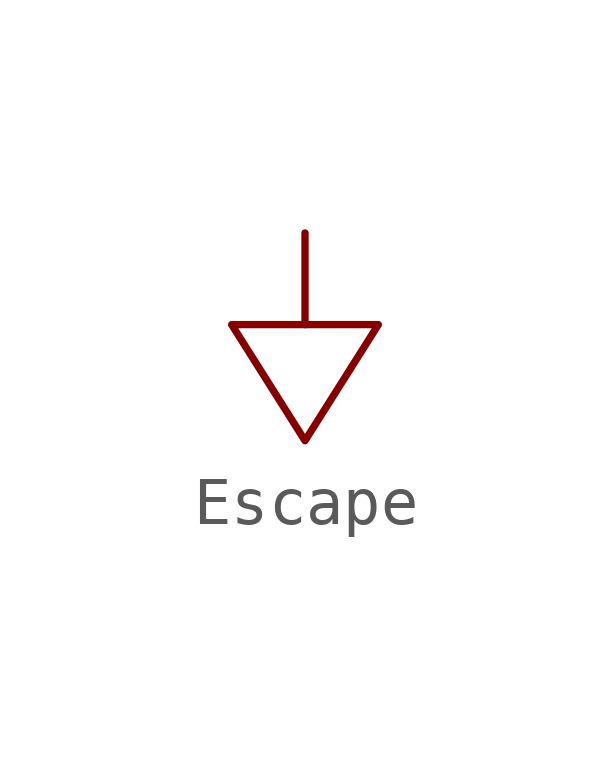
<source format=kicad_sym>
(kicad_symbol_lib
  (version 20211014)
  (generator kicad_symbol_editor)
  (symbol "Escape"
    (pin_names
      (offset 1.016))
    (property "Reference" "V"
      (at -3.175 -0.635 0)
      (effects (font (size 2.54 2.54)) (justify left) hide))
    (symbol "Escape_0_1"
      (polyline (pts (xy -1.524 -1.905) (xy 1.524 -1.905) (xy 0 -4.318) (xy -1.524 -1.905)) (stroke (width 0) (type default) (color 0 0 0 0)) (fill (type none))))
    (symbol "Escape_1_1"
      (pin input line (at 0 0 270) (length 1.905) (name "" (effects (font (size 1.27 1.27)))) (number "" (effects (font (size 1.27 1.27))))))))
</source>
